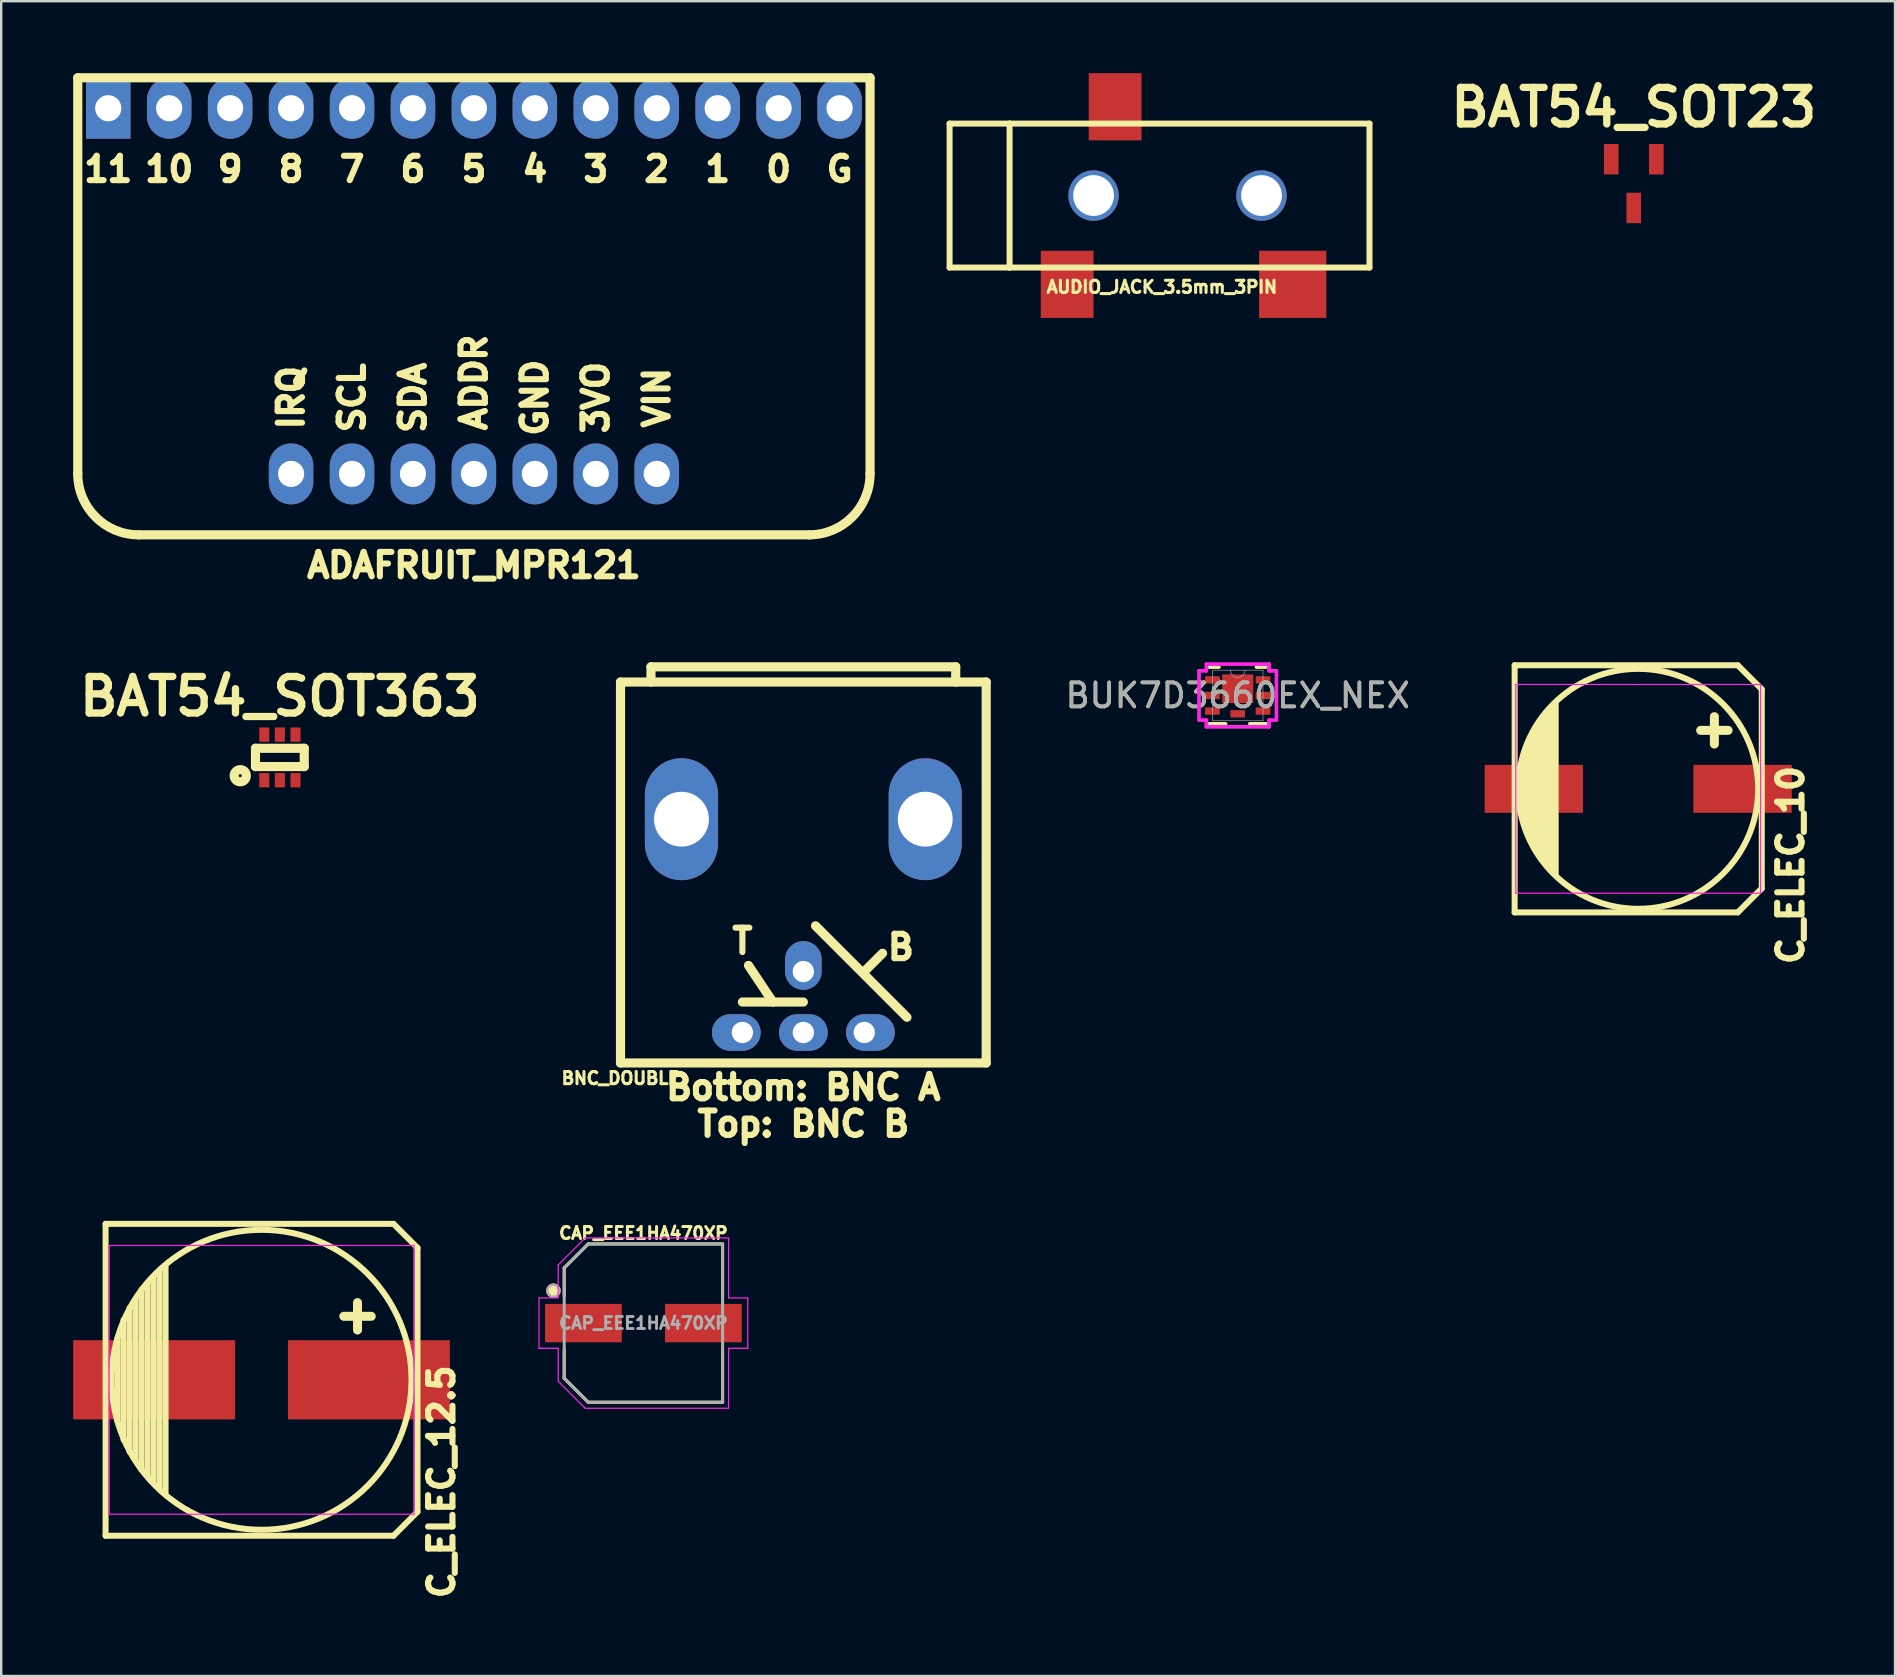
<source format=kicad_pcb>
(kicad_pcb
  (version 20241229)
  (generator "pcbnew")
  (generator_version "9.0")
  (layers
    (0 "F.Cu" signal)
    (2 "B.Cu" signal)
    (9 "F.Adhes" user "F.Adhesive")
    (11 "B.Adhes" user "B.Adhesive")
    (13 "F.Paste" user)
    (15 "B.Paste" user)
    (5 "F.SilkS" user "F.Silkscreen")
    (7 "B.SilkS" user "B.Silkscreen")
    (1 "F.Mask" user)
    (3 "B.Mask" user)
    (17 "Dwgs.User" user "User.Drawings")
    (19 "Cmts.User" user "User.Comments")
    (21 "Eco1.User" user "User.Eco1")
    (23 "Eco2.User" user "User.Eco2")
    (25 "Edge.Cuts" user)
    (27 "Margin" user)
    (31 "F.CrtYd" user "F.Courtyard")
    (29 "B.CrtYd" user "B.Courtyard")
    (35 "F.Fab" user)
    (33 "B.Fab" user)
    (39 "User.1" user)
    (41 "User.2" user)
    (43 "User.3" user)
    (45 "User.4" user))
  (footprint "C_ELEC_12.5"
    (layer "F.Cu")
    (at 7.85 54.456)
    (property "Reference" "C_ELEC_12.5" (at 7.5 4.25 90) (layer "F.SilkS") (effects (font (size 1.016 1.016) (thickness 0.254))))
    (attr smd)
    (fp_line (start -6.5 -6.5) (end -6.5 6.5) (stroke (width 0.25) (type solid)) (layer "F.SilkS"))
    (fp_line (start -6.5 -6.5) (end 5.5 -6.5) (stroke (width 0.25) (type solid)) (layer "F.SilkS"))
    (fp_line (start -6 -1.75) (end -6 1.75) (stroke (width 0.25) (type solid)) (layer "F.SilkS"))
    (fp_line (start -5.75 -2.5) (end -5.75 2.5) (stroke (width 0.25) (type solid)) (layer "F.SilkS"))
    (fp_line (start -5.5 -3) (end -5.5 3) (stroke (width 0.25) (type solid)) (layer "F.SilkS"))
    (fp_line (start -5.25 -3.3) (end -5.25 3.3) (stroke (width 0.25) (type solid)) (layer "F.SilkS"))
    (fp_line (start -5 -3.75) (end -5 3.75) (stroke (width 0.25) (type solid)) (layer "F.SilkS"))
    (fp_line (start -4.75 -4) (end -4.75 4) (stroke (width 0.25) (type solid)) (layer "F.SilkS"))
    (fp_line (start -4.5 -4.25) (end -4.5 4.25) (stroke (width 0.25) (type solid)) (layer "F.SilkS"))
    (fp_line (start -4.25 -4.5) (end -4.25 4.5) (stroke (width 0.25) (type solid)) (layer "F.SilkS"))
    (fp_line (start -4 -4.75) (end -4 4.75) (stroke (width 0.25) (type solid)) (layer "F.SilkS"))
    (fp_line (start 5.5 -6.5) (end 6.5 -5.5) (stroke (width 0.25) (type solid)) (layer "F.SilkS"))
    (fp_line (start 5.5 6.5) (end -6.5 6.5) (stroke (width 0.25) (type solid)) (layer "F.SilkS"))
    (fp_line (start 6.5 -5.5) (end 6.5 5.5) (stroke (width 0.25) (type solid)) (layer "F.SilkS"))
    (fp_line (start 6.5 5.5) (end 5.5 6.5) (stroke (width 0.25) (type solid)) (layer "F.SilkS"))
    (fp_circle (center 0 0) (end 6.25 0) (stroke (width 0.25) (type solid)) (fill no) (layer "F.SilkS"))
    (fp_line (start -6.35 -5.6) (end 6.35 -5.6) (stroke (width 0.05) (type solid)) (layer "F.CrtYd"))
    (fp_line (start -6.35 5.6) (end -6.35 -5.6) (stroke (width 0.05) (type solid)) (layer "F.CrtYd"))
    (fp_line (start 6.35 -5.6) (end 6.35 5.6) (stroke (width 0.05) (type solid)) (layer "F.CrtYd"))
    (fp_line (start 6.35 5.6) (end -6.35 5.6) (stroke (width 0.05) (type solid)) (layer "F.CrtYd"))
    (fp_text user "+" (at 4 -2.75 0) (layer "F.SilkS") (effects (font (size 1.5 1.5) (thickness 0.375))))
    (pad "1" smd rect (at 4.475 0) (size 6.75 3.3) (layers "F.Cu" "F.Mask" "F.Paste"))
    (pad "2" smd rect (at -4.475 0) (size 6.75 3.3) (layers "F.Cu" "F.Mask" "F.Paste")))
  (footprint "BAT54_SOT363"
    (layer "F.Cu")
    (at 8.614 28.517)
    (property "Reference" "BAT54_SOT363" (at 0 -2.54 0) (layer "F.SilkS") (effects (font (size 1.524 1.524) (thickness 0.305))))
    (property "Value" "${VALUE}" (at 0 2.54 0) (layer "F.SilkS") (hide yes) (effects (font (size 1.524 1.524) (thickness 0.305))))
    (attr through_hole)
    (fp_line (start -1.016 -0.381) (end -1.016 0.381) (stroke (width 0.381) (type solid)) (layer "F.SilkS"))
    (fp_line (start -1.016 0.381) (end 1.016 0.381) (stroke (width 0.381) (type solid)) (layer "F.SilkS"))
    (fp_line (start 1.016 -0.381) (end -1.016 -0.381) (stroke (width 0.381) (type solid)) (layer "F.SilkS"))
    (fp_line (start 1.016 0.381) (end 1.016 -0.381) (stroke (width 0.381) (type solid)) (layer "F.SilkS"))
    (fp_circle (center -1.651 0.762) (end -1.651 0.508) (stroke (width 0.381) (type solid)) (fill no) (layer "F.SilkS"))
    (pad "1" smd rect (at -0.65 0.95) (size 0.419 0.599) (layers "F.Cu" "F.Mask" "F.Paste"))
    (pad "2" smd rect (at 0 0.95) (size 0.419 0.599) (layers "F.Cu" "F.Mask" "F.Paste"))
    (pad "3" smd rect (at 0.65 0.95) (size 0.419 0.599) (layers "F.Cu" "F.Mask" "F.Paste"))
    (pad "4" smd rect (at 0.65 -0.95) (size 0.419 0.599) (layers "F.Cu" "F.Mask" "F.Paste"))
    (pad "5" smd rect (at 0 -0.95) (size 0.419 0.599) (layers "F.Cu" "F.Mask" "F.Paste"))
    (pad "6" smd rect (at -0.65 -0.95) (size 0.419 0.599) (layers "F.Cu" "F.Mask" "F.Paste")))
  (footprint "BUK7D3660EX_NEX"
    (layer "F.Cu")
    (at 48.534 25.935)
    (property "Reference" "BUK7D3660EX_NEX" (at 0 0 0) (unlocked yes) (layer "F.SilkS") (effects (font (size 1 1) (thickness 0.15))))
    (attr smd)
    (fp_line (start -1.181 1.181) (end -0.508 1.181) (stroke (width 0.152) (type solid)) (layer "F.SilkS"))
    (fp_line (start -0.783 -1.181) (end -1.181 -1.181) (stroke (width 0.152) (type solid)) (layer "F.SilkS"))
    (fp_line (start 0.508 1.181) (end 1.181 1.181) (stroke (width 0.152) (type solid)) (layer "F.SilkS"))
    (fp_line (start 1.181 -1.181) (end 0.783 -1.181) (stroke (width 0.152) (type solid)) (layer "F.SilkS"))
    (fp_line (start -1.613 -1.026) (end -1.308 -1.026) (stroke (width 0.152) (type solid)) (layer "F.CrtYd"))
    (fp_line (start -1.613 1.026) (end -1.613 -1.026) (stroke (width 0.152) (type solid)) (layer "F.CrtYd"))
    (fp_line (start -1.613 1.026) (end -1.308 1.026) (stroke (width 0.152) (type solid)) (layer "F.CrtYd"))
    (fp_line (start -1.308 -1.308) (end 1.308 -1.308) (stroke (width 0.152) (type solid)) (layer "F.CrtYd"))
    (fp_line (start -1.308 -1.026) (end -1.308 -1.308) (stroke (width 0.152) (type solid)) (layer "F.CrtYd"))
    (fp_line (start -1.308 1.308) (end -1.308 1.026) (stroke (width 0.152) (type solid)) (layer "F.CrtYd"))
    (fp_line (start 1.308 -1.308) (end 1.308 -1.026) (stroke (width 0.152) (type solid)) (layer "F.CrtYd"))
    (fp_line (start 1.308 1.026) (end 1.308 1.308) (stroke (width 0.152) (type solid)) (layer "F.CrtYd"))
    (fp_line (start 1.308 1.308) (end -1.308 1.308) (stroke (width 0.152) (type solid)) (layer "F.CrtYd"))
    (fp_line (start 1.613 -1.026) (end 1.308 -1.026) (stroke (width 0.152) (type solid)) (layer "F.CrtYd"))
    (fp_line (start 1.613 -1.026) (end 1.613 1.026) (stroke (width 0.152) (type solid)) (layer "F.CrtYd"))
    (fp_line (start 1.613 1.026) (end 1.308 1.026) (stroke (width 0.152) (type solid)) (layer "F.CrtYd"))
    (fp_line (start -1.054 -1.054) (end -1.054 1.054) (stroke (width 0.025) (type solid)) (layer "F.Fab"))
    (fp_line (start -1.054 1.054) (end 1.054 1.054) (stroke (width 0.025) (type solid)) (layer "F.Fab"))
    (fp_line (start 1.054 -1.054) (end -1.054 -1.054) (stroke (width 0.025) (type solid)) (layer "F.Fab"))
    (fp_line (start 1.054 1.054) (end 1.054 -1.054) (stroke (width 0.025) (type solid)) (layer "F.Fab"))
    (fp_arc (start 0.3048 -1.0541) (mid 0 -0.7493) (end -0.3048 -1.0541) (stroke (width 0.0254) (type solid)) (layer "F.Fab"))
    (fp_circle (center -0.749 -0.65) (end -0.749 -0.65) (stroke (width 0.025) (type solid)) (fill no) (layer "F.Fab"))
    (fp_text user "${REFERENCE}" (at 0 0 0) (unlocked yes) (layer "F.Fab") (effects (font (size 1 1) (thickness 0.15))))
    (pad "1" smd rect (at -1.054 -0.65) (size 0.61 0.305) (layers "F.Cu" "F.Mask" "F.Paste"))
    (pad "2" smd rect (at -1.054 0) (size 0.61 0.305) (layers "F.Cu" "F.Mask" "F.Paste"))
    (pad "3" smd rect (at -1.054 0.65) (size 0.61 0.305) (layers "F.Cu" "F.Mask" "F.Paste"))
    (pad "4" smd rect (at 1.054 0.65) (size 0.61 0.305) (layers "F.Cu" "F.Mask" "F.Paste"))
    (pad "5" smd rect (at 1.054 0) (size 0.61 0.305) (layers "F.Cu" "F.Mask" "F.Paste"))
    (pad "6" smd rect (at 1.054 -0.65) (size 0.61 0.305) (layers "F.Cu" "F.Mask" "F.Paste"))
    (pad "7" smd rect (at 0 -0.28) (size 1.295 1.194) (layers "F.Cu" "F.Mask" "F.Paste"))
    (pad "8" smd rect (at 0 0.765) (size 0.61 0.305) (layers "F.Cu" "F.Mask" "F.Paste")))
  (footprint "BNC_DOUBLE"
    (layer "F.Cu")
    (at 30.431 31.091)
    (property "Reference" "BNC_DOUBLE" (at -7.62 10.795 180) (layer "F.SilkS") (effects (font (size 0.508 0.508) (thickness 0.127))))
    (property "Value" "${VALUE}" (at 7.62 10.795 180) (layer "F.Fab") (hide yes) (effects (font (size 0.508 0.508) (thickness 0.127))))
    (attr through_hole)
    (fp_line (start -7.62 -5.715) (end -7.62 10.16) (stroke (width 0.381) (type solid)) (layer "F.SilkS"))
    (fp_line (start -7.62 10.16) (end 7.62 10.16) (stroke (width 0.381) (type solid)) (layer "F.SilkS"))
    (fp_line (start -6.35 -6.35) (end 6.35 -6.35) (stroke (width 0.381) (type solid)) (layer "F.SilkS"))
    (fp_line (start -6.35 -5.715) (end -6.35 -6.35) (stroke (width 0.381) (type solid)) (layer "F.SilkS"))
    (fp_line (start -1.27 7.62) (end -2.286 6.096) (stroke (width 0.381) (type solid)) (layer "F.SilkS"))
    (fp_line (start 0 7.62) (end -2.54 7.62) (stroke (width 0.381) (type solid)) (layer "F.SilkS"))
    (fp_line (start 2.54 6.35) (end 3.302 5.588) (stroke (width 0.381) (type solid)) (layer "F.SilkS"))
    (fp_line (start 4.318 8.255) (end 0.508 4.445) (stroke (width 0.381) (type solid)) (layer "F.SilkS"))
    (fp_line (start 6.35 -6.35) (end 6.35 -5.715) (stroke (width 0.381) (type solid)) (layer "F.SilkS"))
    (fp_line (start 7.62 -5.715) (end -7.62 -5.715) (stroke (width 0.381) (type solid)) (layer "F.SilkS"))
    (fp_line (start 7.62 10.16) (end 7.62 -5.715) (stroke (width 0.381) (type solid)) (layer "F.SilkS"))
    (fp_text user "Bottom: BNC A" (at 0 11.176 0) (layer "F.SilkS") (effects (font (size 1.016 1.016) (thickness 0.254))))
    (fp_text user "T" (at -2.54 5.08 0) (layer "F.SilkS") (effects (font (size 1.016 1.016) (thickness 0.254))))
    (fp_text user "Top: BNC B" (at 0 12.7 0) (layer "F.SilkS") (effects (font (size 1.016 1.016) (thickness 0.254))))
    (fp_text user "B" (at 4.064 5.334 0) (layer "F.SilkS") (effects (font (size 1.016 1.016) (thickness 0.254))))
    (pad "" thru_hole oval (at -5.08 0) (size 3.048 5.08) (drill 2.286) (layers "*.Cu" "*.Mask"))
    (pad "" thru_hole oval (at 5.08 0) (size 3.048 5.08) (drill 2.286) (layers "*.Cu" "*.Mask"))
    (pad "1" thru_hole oval (at 0 6.35) (size 1.524 2.032) (drill 0.889 (offset 0 -0.254)) (layers "*.Cu" "*.Mask"))
    (pad "2" thru_hole oval (at 2.54 8.89) (size 2.032 1.524) (drill 0.889 (offset 0.254 0)) (layers "*.Cu" "*.Mask"))
    (pad "3" thru_hole oval (at 0 8.89) (size 2.032 1.524) (drill 0.889) (layers "*.Cu" "*.Mask"))
    (pad "4" thru_hole oval (at -2.54 8.89) (size 2.032 1.524) (drill 0.889 (offset -0.254 0)) (layers "*.Cu" "*.Mask")))
  (footprint "CAP_EEE1HA470XP"
    (layer "F.Cu")
    (at 23.765 52.093)
    (property "Reference" "CAP_EEE1HA470XP" (at 0 -3.75 0) (layer "F.SilkS") (effects (font (size 0.5 0.5) (thickness 0.125) (bold yes))))
    (attr smd)
    (fp_line (start -3.3 -2.3) (end -3.3 -1.12) (stroke (width 0.127) (type solid)) (layer "F.SilkS"))
    (fp_line (start -3.3 1.12) (end -3.3 2.3) (stroke (width 0.127) (type solid)) (layer "F.SilkS"))
    (fp_line (start -3.3 2.3) (end -2.3 3.3) (stroke (width 0.127) (type solid)) (layer "F.SilkS"))
    (fp_line (start -2.3 -3.3) (end -3.3 -2.3) (stroke (width 0.127) (type solid)) (layer "F.SilkS"))
    (fp_line (start -2.3 3.3) (end 3.3 3.3) (stroke (width 0.127) (type solid)) (layer "F.SilkS"))
    (fp_line (start 3.3 -3.3) (end -2.3 -3.3) (stroke (width 0.127) (type solid)) (layer "F.SilkS"))
    (fp_line (start 3.3 -1.12) (end 3.3 -3.3) (stroke (width 0.127) (type solid)) (layer "F.SilkS"))
    (fp_line (start 3.3 3.3) (end 3.3 1.12) (stroke (width 0.127) (type solid)) (layer "F.SilkS"))
    (fp_circle (center -3.75 -1.35) (end -3.5 -1.35) (stroke (width 0.1) (type solid)) (fill yes) (layer "F.SilkS"))
    (fp_line (start -4.35 -1.05) (end -3.55 -1.05) (stroke (width 0.05) (type solid)) (layer "F.CrtYd"))
    (fp_line (start -4.35 1.05) (end -4.35 -1.05) (stroke (width 0.05) (type solid)) (layer "F.CrtYd"))
    (fp_line (start -3.55 -2.425) (end -2.425 -3.55) (stroke (width 0.05) (type solid)) (layer "F.CrtYd"))
    (fp_line (start -3.55 -1.05) (end -3.55 -2.425) (stroke (width 0.05) (type solid)) (layer "F.CrtYd"))
    (fp_line (start -3.55 1.05) (end -4.35 1.05) (stroke (width 0.05) (type solid)) (layer "F.CrtYd"))
    (fp_line (start -3.55 2.425) (end -3.55 1.05) (stroke (width 0.05) (type solid)) (layer "F.CrtYd"))
    (fp_line (start -2.425 -3.55) (end 3.55 -3.55) (stroke (width 0.05) (type solid)) (layer "F.CrtYd"))
    (fp_line (start -2.425 3.55) (end -3.55 2.425) (stroke (width 0.05) (type solid)) (layer "F.CrtYd"))
    (fp_line (start 3.55 -3.55) (end 3.55 -1.05) (stroke (width 0.05) (type solid)) (layer "F.CrtYd"))
    (fp_line (start 3.55 -1.05) (end 4.35 -1.05) (stroke (width 0.05) (type solid)) (layer "F.CrtYd"))
    (fp_line (start 3.55 1.05) (end 3.55 3.55) (stroke (width 0.05) (type solid)) (layer "F.CrtYd"))
    (fp_line (start 3.55 3.55) (end -2.425 3.55) (stroke (width 0.05) (type solid)) (layer "F.CrtYd"))
    (fp_line (start 4.35 -1.05) (end 4.35 1.05) (stroke (width 0.05) (type solid)) (layer "F.CrtYd"))
    (fp_line (start 4.35 1.05) (end 3.55 1.05) (stroke (width 0.05) (type solid)) (layer "F.CrtYd"))
    (fp_line (start -3.3 -2.3) (end -3.3 2.3) (stroke (width 0.127) (type solid)) (layer "F.Fab"))
    (fp_line (start -3.3 2.3) (end -2.3 3.3) (stroke (width 0.127) (type solid)) (layer "F.Fab"))
    (fp_line (start -2.3 -3.3) (end -3.3 -2.3) (stroke (width 0.127) (type solid)) (layer "F.Fab"))
    (fp_line (start -2.3 3.3) (end 3.3 3.3) (stroke (width 0.127) (type solid)) (layer "F.Fab"))
    (fp_line (start 3.3 -3.3) (end -2.3 -3.3) (stroke (width 0.127) (type solid)) (layer "F.Fab"))
    (fp_line (start 3.3 3.3) (end 3.3 -3.3) (stroke (width 0.127) (type solid)) (layer "F.Fab"))
    (fp_circle (center -3.75 -1.35) (end -3.5 -1.35) (stroke (width 0.1) (type solid)) (fill no) (layer "F.Fab"))
    (fp_text user "${REFERENCE}" (at 0 0 0) (layer "F.Fab") (effects (font (size 0.5 0.5) (thickness 0.12))))
    (pad "1" smd rect (at -2.5 0) (size 3.2 1.6) (layers "F.Cu" "F.Mask" "F.Paste"))
    (pad "2" smd rect (at 2.5 0) (size 3.2 1.6) (layers "F.Cu" "F.Mask" "F.Paste")))
  (footprint "C_ELEC_10"
    (layer "F.Cu")
    (at 65.225 29.826)
    (property "Reference" "C_ELEC_10" (at 6.35 3.175 90) (layer "F.SilkS") (effects (font (size 1.016 1.016) (thickness 0.254))))
    (attr smd)
    (fp_line (start -5.15 -5.15) (end -5.15 5.15) (stroke (width 0.25) (type solid)) (layer "F.SilkS"))
    (fp_line (start -5.15 -5.15) (end 4.15 -5.15) (stroke (width 0.25) (type solid)) (layer "F.SilkS"))
    (fp_line (start -4.826 -0.889) (end -4.826 0.762) (stroke (width 0.229) (type solid)) (layer "F.SilkS"))
    (fp_line (start -4.699 -1.397) (end -4.699 1.27) (stroke (width 0.229) (type solid)) (layer "F.SilkS"))
    (fp_line (start -4.572 -1.778) (end -4.572 1.651) (stroke (width 0.229) (type solid)) (layer "F.SilkS"))
    (fp_line (start -4.445 -2.032) (end -4.445 1.905) (stroke (width 0.229) (type solid)) (layer "F.SilkS"))
    (fp_line (start -4.318 -2.286) (end -4.318 2.286) (stroke (width 0.229) (type solid)) (layer "F.SilkS"))
    (fp_line (start -4.191 -2.54) (end -4.191 2.413) (stroke (width 0.229) (type solid)) (layer "F.SilkS"))
    (fp_line (start -4.064 -2.667) (end -4.064 2.667) (stroke (width 0.229) (type solid)) (layer "F.SilkS"))
    (fp_line (start -3.937 -2.921) (end -3.937 2.794) (stroke (width 0.229) (type solid)) (layer "F.SilkS"))
    (fp_line (start -3.81 -3.048) (end -3.81 3.048) (stroke (width 0.229) (type solid)) (layer "F.SilkS"))
    (fp_line (start -3.683 -3.302) (end -3.683 3.175) (stroke (width 0.229) (type solid)) (layer "F.SilkS"))
    (fp_line (start -3.556 -3.429) (end -3.556 3.429) (stroke (width 0.229) (type solid)) (layer "F.SilkS"))
    (fp_line (start -3.429 -3.556) (end -3.429 3.556) (stroke (width 0.229) (type solid)) (layer "F.SilkS"))
    (fp_line (start 4.15 -5.15) (end 5.15 -4.15) (stroke (width 0.25) (type solid)) (layer "F.SilkS"))
    (fp_line (start 4.15 5.15) (end -5.15 5.15) (stroke (width 0.25) (type solid)) (layer "F.SilkS"))
    (fp_line (start 5.15 -4.15) (end 5.15 4.15) (stroke (width 0.25) (type solid)) (layer "F.SilkS"))
    (fp_line (start 5.15 4.15) (end 4.15 5.15) (stroke (width 0.25) (type solid)) (layer "F.SilkS"))
    (fp_circle (center 0 0) (end 5 0) (stroke (width 0.25) (type solid)) (fill no) (layer "F.SilkS"))
    (fp_line (start -5.1 -4.35) (end 5.1 -4.35) (stroke (width 0.05) (type solid)) (layer "F.CrtYd"))
    (fp_line (start -5.1 4.35) (end -5.1 -4.35) (stroke (width 0.05) (type solid)) (layer "F.CrtYd"))
    (fp_line (start 5.1 -4.35) (end 5.1 4.35) (stroke (width 0.05) (type solid)) (layer "F.CrtYd"))
    (fp_line (start 5.1 4.35) (end -5.1 4.35) (stroke (width 0.05) (type solid)) (layer "F.CrtYd"))
    (fp_text user "+" (at 3.175 -2.54 0) (layer "F.SilkS") (effects (font (size 1.5 1.5) (thickness 0.375))))
    (pad "1" smd rect (at 4.35 0) (size 4.1 2) (layers "F.Cu" "F.Mask" "F.Paste"))
    (pad "2" smd rect (at -4.35 0) (size 4.1 2) (layers "F.Cu" "F.Mask" "F.Paste")))
  (footprint "BAT54_SOT23"
    (layer "F.Cu")
    (at 65.04 4.601)
    (property "Reference" "BAT54_SOT23" (at 0 -3.175 0) (layer "F.SilkS") (effects (font (size 1.524 1.524) (thickness 0.305))))
    (property "Value" "${VALUE}" (at 0 3.175 0) (layer "F.SilkS") (hide yes) (effects (font (size 1.524 1.524) (thickness 0.305))))
    (attr through_hole)
    (pad "" smd rect (at -0.94 -1.016) (size 0.61 1.27) (layers "F.Cu" "F.Mask" "F.Paste"))
    (pad "1" smd rect (at 0.94 -1.016) (size 0.61 1.27) (layers "F.Cu" "F.Mask" "F.Paste"))
    (pad "2" smd rect (at 0 1.016) (size 0.61 1.27) (layers "F.Cu" "F.Mask" "F.Paste")))
  (footprint "AUDIO_JACK_3.5mm_3PIN"
    (layer "F.Cu")
    (at 39.026 5.1)
    (property "Reference" "AUDIO_JACK_3.5mm_3PIN" (at 6.35 3.81 0) (layer "F.SilkS") (effects (font (size 0.508 0.508) (thickness 0.127))))
    (property "Value" "${VALUE}" (at 11.43 -3.81 0) (layer "F.Fab") (hide yes) (effects (font (size 0.508 0.508) (thickness 0.127))))
    (attr through_hole)
    (fp_line (start -2.5 -3) (end -2.5 3) (stroke (width 0.25) (type solid)) (layer "F.SilkS"))
    (fp_line (start -2.5 3) (end 0 3) (stroke (width 0.25) (type solid)) (layer "F.SilkS"))
    (fp_line (start 0 -3) (end -2.5 -3) (stroke (width 0.25) (type solid)) (layer "F.SilkS"))
    (fp_line (start 0 -3) (end 0 3) (stroke (width 0.25) (type solid)) (layer "F.SilkS"))
    (fp_line (start 0 3) (end 15 3) (stroke (width 0.25) (type solid)) (layer "F.SilkS"))
    (fp_line (start 15 -3) (end 0 -3) (stroke (width 0.25) (type solid)) (layer "F.SilkS"))
    (fp_line (start 15 3) (end 15 -3) (stroke (width 0.25) (type solid)) (layer "F.SilkS"))
    (pad "" thru_hole circle (at 3.5 0) (size 2.1 2.1) (drill 1.7) (layers "*.Cu" "*.Mask"))
    (pad "" thru_hole circle (at 10.5 0) (size 2.1 2.1) (drill 1.7) (layers "*.Cu" "*.Mask"))
    (pad "1" smd rect (at 2.4 3.7) (size 2.2 2.8) (layers "F.Cu" "F.Mask" "F.Paste"))
    (pad "2" smd rect (at 11.8 3.7) (size 2.8 2.8) (layers "F.Cu" "F.Mask" "F.Paste"))
    (pad "3" smd rect (at 4.4 -3.7) (size 2.2 2.8) (layers "F.Cu" "F.Mask" "F.Paste")))
  (footprint "ADAFRUIT_MPR121"
    (layer "F.Cu")
    (at 16.701 9.716)
    (property "Reference" "ADAFRUIT_MPR121" (at 0 10.795 0) (layer "F.SilkS") (effects (font (size 1.016 1.016) (thickness 0.254))))
    (attr through_hole)
    (fp_line (start -16.51 -9.525) (end -16.51 6.985) (stroke (width 0.381) (type solid)) (layer "F.SilkS"))
    (fp_line (start -16.51 -9.525) (end 16.51 -9.525) (stroke (width 0.381) (type solid)) (layer "F.SilkS"))
    (fp_line (start -13.97 9.525) (end 13.97 9.525) (stroke (width 0.381) (type solid)) (layer "F.SilkS"))
    (fp_line (start 16.51 6.985) (end 16.51 -9.525) (stroke (width 0.381) (type solid)) (layer "F.SilkS"))
    (fp_arc (start -13.97 9.525) (mid -15.766051 8.781051) (end -16.51 6.985) (stroke (width 0.381) (type solid)) (layer "F.SilkS"))
    (fp_arc (start 16.51 6.985) (mid 15.766051 8.781051) (end 13.97 9.525) (stroke (width 0.381) (type solid)) (layer "F.SilkS"))
    (fp_text user "SCL" (at -5.08 3.81 90) (layer "F.SilkS") (effects (font (size 1.016 1.016) (thickness 0.254))))
    (fp_text user "SDA" (at -2.54 3.81 90) (layer "F.SilkS") (effects (font (size 1.016 1.016) (thickness 0.254))))
    (fp_text user "9" (at -10.16 -5.715 0) (layer "F.SilkS") (effects (font (size 1.016 1.016) (thickness 0.254))))
    (fp_text user "IRQ" (at -7.62 3.81 90) (layer "F.SilkS") (effects (font (size 1.016 1.016) (thickness 0.254))))
    (fp_text user "2" (at 7.62 -5.715 0) (layer "F.SilkS") (effects (font (size 1.016 1.016) (thickness 0.254))))
    (fp_text user "3" (at 5.08 -5.715 0) (layer "F.SilkS") (effects (font (size 1.016 1.016) (thickness 0.254))))
    (fp_text user "G" (at 15.24 -5.715 0) (layer "F.SilkS") (effects (font (size 1.016 1.016) (thickness 0.254))))
    (fp_text user "VIN" (at 7.62 3.81 90) (layer "F.SilkS") (effects (font (size 1.016 1.016) (thickness 0.254))))
    (fp_text user "1" (at 10.16 -5.715 0) (layer "F.SilkS") (effects (font (size 1.016 1.016) (thickness 0.254))))
    (fp_text user "4" (at 2.54 -5.715 0) (layer "F.SilkS") (effects (font (size 1.016 1.016) (thickness 0.254))))
    (fp_text user "8" (at -7.62 -5.715 0) (layer "F.SilkS") (effects (font (size 1.016 1.016) (thickness 0.254))))
    (fp_text user "0" (at 12.7 -5.715 0) (layer "F.SilkS") (effects (font (size 1.016 1.016) (thickness 0.254))))
    (fp_text user "10" (at -12.7 -5.715 0) (layer "F.SilkS") (effects (font (size 1.016 1.016) (thickness 0.254))))
    (fp_text user "7" (at -5.08 -5.715 0) (layer "F.SilkS") (effects (font (size 1.016 1.016) (thickness 0.254))))
    (fp_text user "GND" (at 2.54 3.81 90) (layer "F.SilkS") (effects (font (size 1.016 1.016) (thickness 0.254))))
    (fp_text user "11" (at -15.24 -5.715 0) (layer "F.SilkS") (effects (font (size 1.016 1.016) (thickness 0.254))))
    (fp_text user "6" (at -2.54 -5.715 0) (layer "F.SilkS") (effects (font (size 1.016 1.016) (thickness 0.254))))
    (fp_text user "3VO" (at 5.08 3.81 90) (layer "F.SilkS") (effects (font (size 1.016 1.016) (thickness 0.254))))
    (fp_text user "5" (at 0 -5.715 0) (layer "F.SilkS") (effects (font (size 1.016 1.016) (thickness 0.254))))
    (fp_text user "ADDR" (at 0 3.175 90) (layer "F.SilkS") (effects (font (size 1.016 1.016) (thickness 0.254))))
    (pad "1" thru_hole rect (at -15.24 -8.255) (size 1.854 2.54) (drill 1.092) (layers "*.Cu" "*.Mask"))
    (pad "2" thru_hole oval (at -12.7 -8.255) (size 1.854 2.54) (drill 1.092) (layers "*.Cu" "*.Mask"))
    (pad "3" thru_hole oval (at -10.16 -8.255) (size 1.854 2.54) (drill 1.092) (layers "*.Cu" "*.Mask"))
    (pad "4" thru_hole oval (at -7.62 -8.255) (size 1.854 2.54) (drill 1.092) (layers "*.Cu" "*.Mask"))
    (pad "5" thru_hole oval (at -5.08 -8.255) (size 1.854 2.54) (drill 1.092) (layers "*.Cu" "*.Mask"))
    (pad "6" thru_hole oval (at -2.54 -8.255) (size 1.854 2.54) (drill 1.092) (layers "*.Cu" "*.Mask"))
    (pad "7" thru_hole oval (at 0 -8.255) (size 1.854 2.54) (drill 1.092) (layers "*.Cu" "*.Mask"))
    (pad "8" thru_hole oval (at 2.54 -8.255) (size 1.854 2.54) (drill 1.092) (layers "*.Cu" "*.Mask"))
    (pad "9" thru_hole oval (at 5.08 -8.255) (size 1.854 2.54) (drill 1.092) (layers "*.Cu" "*.Mask"))
    (pad "10" thru_hole oval (at 7.62 -8.255) (size 1.854 2.54) (drill 1.092) (layers "*.Cu" "*.Mask"))
    (pad "11" thru_hole oval (at 10.16 -8.255) (size 1.854 2.54) (drill 1.092) (layers "*.Cu" "*.Mask"))
    (pad "12" thru_hole oval (at 12.7 -8.255) (size 1.854 2.54) (drill 1.092) (layers "*.Cu" "*.Mask"))
    (pad "13" thru_hole oval (at 15.24 -8.255) (size 1.854 2.54) (drill 1.092) (layers "*.Cu" "*.Mask"))
    (pad "14" thru_hole oval (at 7.62 6.985) (size 1.854 2.54) (drill 1.092) (layers "*.Cu" "*.Mask"))
    (pad "15" thru_hole oval (at 5.08 6.985) (size 1.854 2.54) (drill 1.092) (layers "*.Cu" "*.Mask"))
    (pad "16" thru_hole oval (at 2.54 6.985) (size 1.854 2.54) (drill 1.092) (layers "*.Cu" "*.Mask"))
    (pad "17" thru_hole oval (at 0 6.985) (size 1.854 2.54) (drill 1.092) (layers "*.Cu" "*.Mask"))
    (pad "18" thru_hole oval (at -2.54 6.985) (size 1.854 2.54) (drill 1.092) (layers "*.Cu" "*.Mask"))
    (pad "19" thru_hole oval (at -5.08 6.985) (size 1.854 2.54) (drill 1.092) (layers "*.Cu" "*.Mask"))
    (pad "20" thru_hole oval (at -7.62 6.985) (size 1.854 2.54) (drill 1.092) (layers "*.Cu" "*.Mask")))
  (gr_rect
    (start -3 -3)
    (end 75.928 66.8)
    (stroke (width 0.1) (type default))
    (fill no)
    (layer "Edge.Cuts")))
</source>
